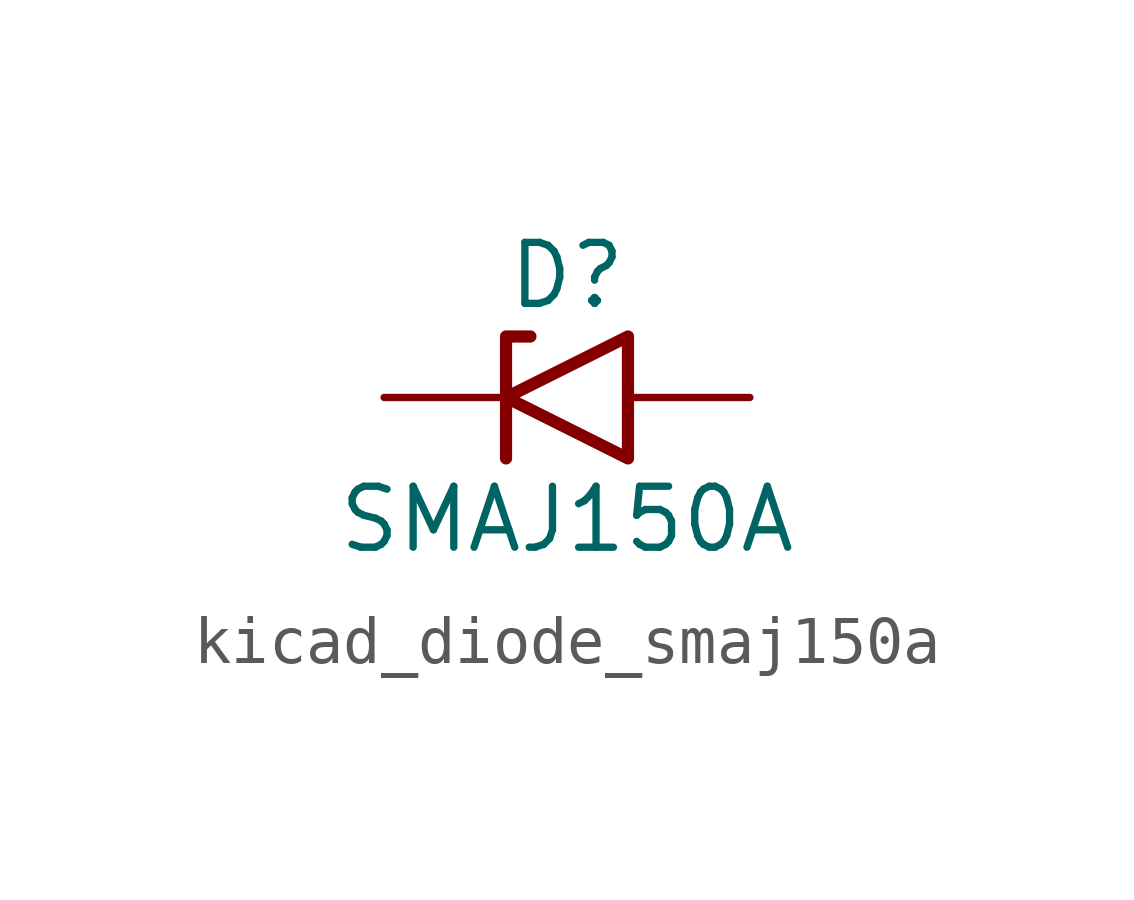
<source format=kicad_sym>
(kicad_symbol_lib
  (version 20220914)
  (generator kicad_symbol_editor)
  (symbol "kicad_diode_smaj150a"
    (pin_numbers hide)
    (pin_names
      (offset 1.016) hide)
    (property "Reference" "D"
      (at 0 2.54 0)
      (effects (font (size 1.27 1.27))))
    (property "Value" "SMAJ150A"
      (at 0 -2.54 0)
      (effects (font (size 1.27 1.27))))
    (symbol "kicad_diode_smaj150a_0_1"
      (polyline (pts (xy -0.762 1.27) (xy -1.27 1.27) (xy -1.27 -1.27)) (stroke (width 0.254) (type default)) (fill (type none)))
      (polyline (pts (xy 1.27 1.27) (xy 1.27 -1.27) (xy -1.27 0) (xy 1.27 1.27)) (stroke (width 0.254) (type default)) (fill (type none))))
    (symbol "kicad_diode_smaj150a_1_1"
      (pin passive line (at -3.81 0 0) (length 2.54) (name "A1" (effects (font (size 1.27 1.27)))) (number "1" (effects (font (size 1.27 1.27)))))
      (pin passive line (at 3.81 0 180) (length 2.54) (name "A2" (effects (font (size 1.27 1.27)))) (number "2" (effects (font (size 1.27 1.27))))))))
</source>
